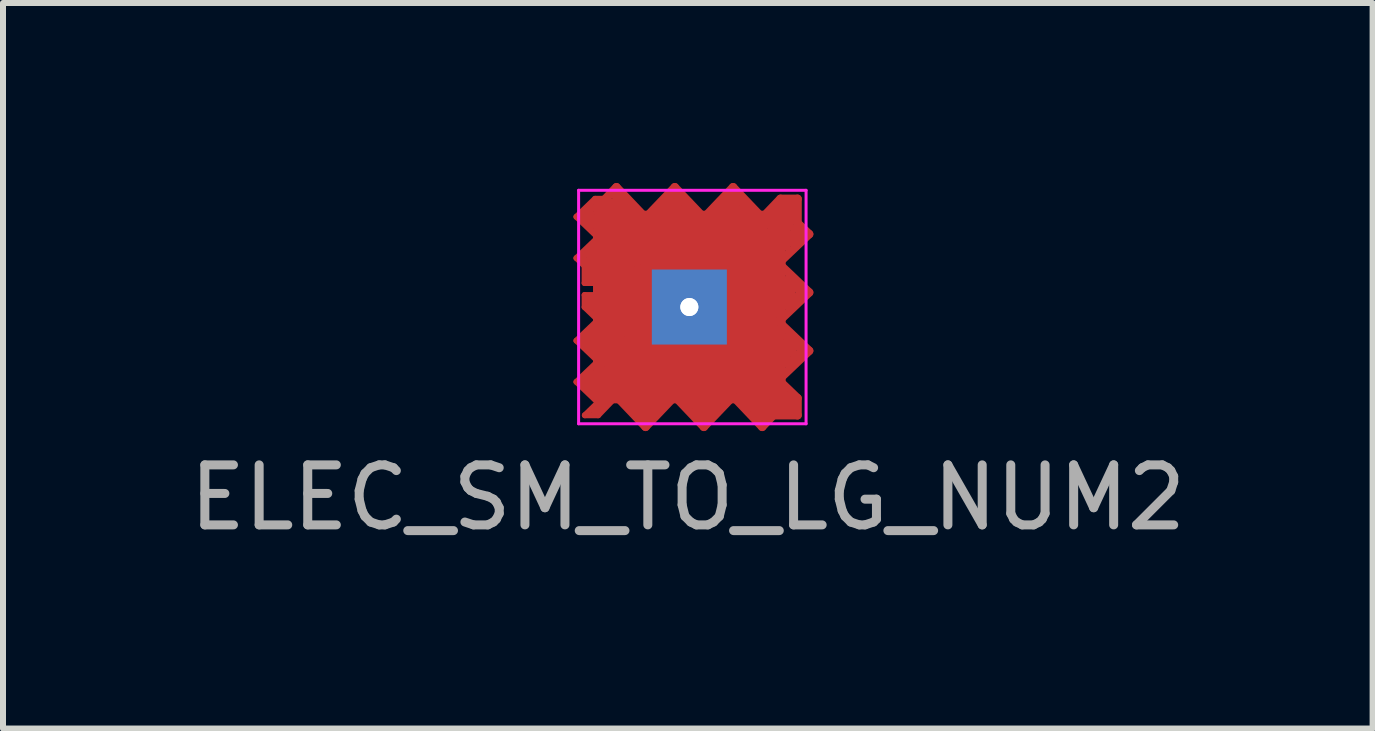
<source format=kicad_pcb>
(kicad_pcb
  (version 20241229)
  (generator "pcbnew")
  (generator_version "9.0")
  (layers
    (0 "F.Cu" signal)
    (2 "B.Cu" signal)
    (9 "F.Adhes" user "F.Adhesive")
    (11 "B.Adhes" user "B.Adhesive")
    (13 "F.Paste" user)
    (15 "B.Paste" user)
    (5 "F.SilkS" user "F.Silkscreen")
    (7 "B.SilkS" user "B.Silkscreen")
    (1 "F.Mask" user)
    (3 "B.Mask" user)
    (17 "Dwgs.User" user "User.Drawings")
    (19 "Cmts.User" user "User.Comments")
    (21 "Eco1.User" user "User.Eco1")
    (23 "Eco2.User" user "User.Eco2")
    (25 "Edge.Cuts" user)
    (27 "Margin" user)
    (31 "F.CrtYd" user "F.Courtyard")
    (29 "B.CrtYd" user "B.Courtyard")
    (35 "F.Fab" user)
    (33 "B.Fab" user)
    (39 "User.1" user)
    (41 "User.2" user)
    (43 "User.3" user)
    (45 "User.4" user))
  (footprint "ELEC_SM_TO_LG_NUM2"
    (layer "F.Cu")
    (at 8.436 2.066)
    (property "Reference" "ELEC_SM_TO_LG_NUM2" (at -0.025 3.175 0) (layer "F.Fab") (effects (font (size 1 1) (thickness 0.15))))
    (attr through_hole)
    (fp_line (start -1.881 -1.504) (end -1.571 -1.803) (stroke (width 0.1) (type solid)) (layer "F.Cu"))
    (fp_line (start -1.881 -0.816) (end -1.745 -0.686) (stroke (width 0.1) (type solid)) (layer "F.Cu"))
    (fp_line (start -1.881 -0.816) (end -1.521 -1.16) (stroke (width 0.1) (type solid)) (layer "F.Cu"))
    (fp_line (start -1.881 0.56) (end -1.521 0.216) (stroke (width 0.1) (type solid)) (layer "F.Cu"))
    (fp_line (start -1.881 1.247) (end -1.521 0.903) (stroke (width 0.1) (type solid)) (layer "F.Cu"))
    (fp_line (start -1.803 -0.813) (end -1.702 -0.762) (stroke (width 0.12) (type solid)) (layer "F.Cu"))
    (fp_line (start -1.778 -1.499) (end -1.676 -1.6) (stroke (width 0.12) (type solid)) (layer "F.Cu"))
    (fp_line (start -1.778 0.559) (end -1.651 0.457) (stroke (width 0.12) (type solid)) (layer "F.Cu"))
    (fp_line (start -1.778 1.245) (end -1.676 1.346) (stroke (width 0.12) (type solid)) (layer "F.Cu"))
    (fp_line (start -1.745 -0.686) (end -1.745 -0.4) (stroke (width 0.1) (type solid)) (layer "F.Cu"))
    (fp_line (start -1.745 -0.4) (end -1.544 -0.4) (stroke (width 0.1) (type solid)) (layer "F.Cu"))
    (fp_line (start -1.745 -0.2) (end -1.544 -0.2) (stroke (width 0.1) (type solid)) (layer "F.Cu"))
    (fp_line (start -1.745 0.001) (end -1.745 -0.2) (stroke (width 0.1) (type solid)) (layer "F.Cu"))
    (fp_line (start -1.745 0.001) (end -1.521 0.216) (stroke (width 0.1) (type solid)) (layer "F.Cu"))
    (fp_line (start -1.741 1.803) (end -1.521 1.591) (stroke (width 0.1) (type solid)) (layer "F.Cu"))
    (fp_line (start -1.741 1.803) (end -1.519 1.803) (stroke (width 0.1) (type solid)) (layer "F.Cu"))
    (fp_line (start -1.651 -1.651) (end -1.651 -1.346) (stroke (width 0.12) (type solid)) (layer "F.Cu"))
    (fp_line (start -1.651 -1.346) (end -1.778 -1.499) (stroke (width 0.12) (type solid)) (layer "F.Cu"))
    (fp_line (start -1.651 -0.991) (end -1.803 -0.813) (stroke (width 0.12) (type solid)) (layer "F.Cu"))
    (fp_line (start -1.651 -0.457) (end -1.651 -0.991) (stroke (width 0.12) (type solid)) (layer "F.Cu"))
    (fp_line (start -1.651 -0.152) (end -1.651 0.025) (stroke (width 0.12) (type solid)) (layer "F.Cu"))
    (fp_line (start -1.651 0.381) (end -1.651 0.737) (stroke (width 0.12) (type solid)) (layer "F.Cu"))
    (fp_line (start -1.651 0.737) (end -1.778 0.559) (stroke (width 0.12) (type solid)) (layer "F.Cu"))
    (fp_line (start -1.651 1.092) (end -1.778 1.245) (stroke (width 0.12) (type solid)) (layer "F.Cu"))
    (fp_line (start -1.651 1.422) (end -1.651 1.092) (stroke (width 0.12) (type solid)) (layer "F.Cu"))
    (fp_line (start -1.575 -1.651) (end -1.499 -1.753) (stroke (width 0.12) (type solid)) (layer "F.Cu"))
    (fp_line (start -1.571 -1.803) (end -1.399 -1.803) (stroke (width 0.1) (type solid)) (layer "F.Cu"))
    (fp_line (start -1.55 -1.455) (end 1.455 -1.455) (stroke (width 0.3) (type solid)) (layer "F.Cu"))
    (fp_line (start -1.521 -1.16) (end -1.881 -1.504) (stroke (width 0.1) (type solid)) (layer "F.Cu"))
    (fp_line (start -1.521 0.903) (end -1.881 0.56) (stroke (width 0.1) (type solid)) (layer "F.Cu"))
    (fp_line (start -1.521 1.591) (end -1.881 1.247) (stroke (width 0.1) (type solid)) (layer "F.Cu"))
    (fp_line (start -1.499 -1.753) (end -1.067 -1.753) (stroke (width 0.12) (type solid)) (layer "F.Cu"))
    (fp_line (start -1.455 -1.455) (end -1.455 1.455) (stroke (width 0.3) (type solid)) (layer "F.Cu"))
    (fp_line (start -1.455 1.455) (end 1.455 1.455) (stroke (width 0.3) (type solid)) (layer "F.Cu"))
    (fp_line (start -1.448 1.6) (end -1.575 1.727) (stroke (width 0.12) (type solid)) (layer "F.Cu"))
    (fp_line (start -1.219 -0.762) (end 0.787 -0.762) (stroke (width 0.5) (type solid)) (layer "F.Cu"))
    (fp_line (start -1.219 1.143) (end -1.219 -0.762) (stroke (width 0.5) (type solid)) (layer "F.Cu"))
    (fp_line (start -1.215 -1.996) (end -1.399 -1.803) (stroke (width 0.141) (type solid)) (layer "F.Cu"))
    (fp_line (start -1.215 1.486) (end -1.519 1.803) (stroke (width 0.1) (type solid)) (layer "F.Cu"))
    (fp_line (start -1.194 -1.118) (end 1.143 -1.118) (stroke (width 0.5) (type solid)) (layer "F.Cu"))
    (fp_line (start -1.067 -1.753) (end -1.245 -1.854) (stroke (width 0.12) (type solid)) (layer "F.Cu"))
    (fp_line (start -1.001 1.638) (end -0.495 1.638) (stroke (width 0.12) (type solid)) (layer "F.Cu"))
    (fp_line (start -0.94 -1.651) (end -1.575 -1.651) (stroke (width 0.12) (type solid)) (layer "F.Cu"))
    (fp_line (start -0.876 1.712) (end -0.688 1.722) (stroke (width 0.12) (type solid)) (layer "F.Cu"))
    (fp_line (start -0.838 0.762) (end -0.787 -0.457) (stroke (width 0.5) (type solid)) (layer "F.Cu"))
    (fp_line (start -0.729 1.996) (end -1.215 1.486) (stroke (width 0.141) (type solid)) (layer "F.Cu"))
    (fp_line (start -0.729 1.841) (end -0.876 1.712) (stroke (width 0.12) (type solid)) (layer "F.Cu"))
    (fp_line (start -0.729 -1.486) (end -1.214 -1.996) (stroke (width 0.141) (type solid)) (layer "F.Cu"))
    (fp_line (start -0.513 -1.646) (end 0.003 -1.646) (stroke (width 0.12) (type solid)) (layer "F.Cu"))
    (fp_line (start -0.495 1.638) (end -0.729 1.841) (stroke (width 0.12) (type solid)) (layer "F.Cu"))
    (fp_line (start -0.406 -1.74) (end -0.17 -1.75) (stroke (width 0.12) (type solid)) (layer "F.Cu"))
    (fp_line (start -0.249 -1.88) (end -0.406 -1.74) (stroke (width 0.12) (type solid)) (layer "F.Cu"))
    (fp_line (start -0.243 1.486) (end -0.729 1.996) (stroke (width 0.141) (type solid)) (layer "F.Cu"))
    (fp_line (start -0.242 -1.996) (end -0.729 -1.486) (stroke (width 0.141) (type solid)) (layer "F.Cu"))
    (fp_line (start -0.025 1.646) (end 0.48 1.648) (stroke (width 0.12) (type solid)) (layer "F.Cu"))
    (fp_line (start 0.003 -1.646) (end -0.249 -1.88) (stroke (width 0.12) (type solid)) (layer "F.Cu"))
    (fp_line (start 0.104 1.73) (end 0.287 1.714) (stroke (width 0.12) (type solid)) (layer "F.Cu"))
    (fp_line (start 0.241 1.836) (end 0.104 1.73) (stroke (width 0.12) (type solid)) (layer "F.Cu"))
    (fp_line (start 0.242 1.996) (end -0.243 1.486) (stroke (width 0.141) (type solid)) (layer "F.Cu"))
    (fp_line (start 0.243 -1.486) (end -0.242 -1.996) (stroke (width 0.141) (type solid)) (layer "F.Cu"))
    (fp_line (start 0.462 -1.643) (end 0.993 -1.643) (stroke (width 0.12) (type solid)) (layer "F.Cu"))
    (fp_line (start 0.48 1.648) (end 0.241 1.836) (stroke (width 0.12) (type solid)) (layer "F.Cu"))
    (fp_line (start 0.572 -1.732) (end 0.81 -1.745) (stroke (width 0.12) (type solid)) (layer "F.Cu"))
    (fp_line (start 0.729 1.486) (end 0.242 1.996) (stroke (width 0.141) (type solid)) (layer "F.Cu"))
    (fp_line (start 0.729 -1.862) (end 0.572 -1.732) (stroke (width 0.12) (type solid)) (layer "F.Cu"))
    (fp_line (start 0.729 -1.996) (end 0.243 -1.486) (stroke (width 0.141) (type solid)) (layer "F.Cu"))
    (fp_line (start 0.787 -0.762) (end 0.813 0.711) (stroke (width 0.5) (type solid)) (layer "F.Cu"))
    (fp_line (start 0.813 0.711) (end -0.838 0.762) (stroke (width 0.5) (type solid)) (layer "F.Cu"))
    (fp_line (start 0.968 1.643) (end 1.384 1.646) (stroke (width 0.12) (type solid)) (layer "F.Cu"))
    (fp_line (start 0.993 -1.643) (end 0.729 -1.862) (stroke (width 0.12) (type solid)) (layer "F.Cu"))
    (fp_line (start 1.069 1.714) (end 1.227 1.709) (stroke (width 0.12) (type solid)) (layer "F.Cu"))
    (fp_line (start 1.143 -1.118) (end 1.143 1.143) (stroke (width 0.5) (type solid)) (layer "F.Cu"))
    (fp_line (start 1.143 1.143) (end -1.219 1.143) (stroke (width 0.5) (type solid)) (layer "F.Cu"))
    (fp_line (start 1.214 1.996) (end 0.729 1.486) (stroke (width 0.141) (type solid)) (layer "F.Cu"))
    (fp_line (start 1.215 -1.486) (end 0.729 -1.996) (stroke (width 0.141) (type solid)) (layer "F.Cu"))
    (fp_line (start 1.219 1.834) (end 1.069 1.714) (stroke (width 0.12) (type solid)) (layer "F.Cu"))
    (fp_line (start 1.384 1.646) (end 1.219 1.834) (stroke (width 0.12) (type solid)) (layer "F.Cu"))
    (fp_line (start 1.398 1.803) (end 1.214 1.996) (stroke (width 0.141) (type solid)) (layer "F.Cu"))
    (fp_line (start 1.399 1.803) (end 1.803 1.803) (stroke (width 0.141) (type solid)) (layer "F.Cu"))
    (fp_line (start 1.4 1.692) (end 1.704 1.692) (stroke (width 0.12) (type solid)) (layer "F.Cu"))
    (fp_line (start 1.455 -1.55) (end 1.455 1.455) (stroke (width 0.3) (type solid)) (layer "F.Cu"))
    (fp_line (start 1.473 -1.615) (end 1.56 -1.697) (stroke (width 0.12) (type solid)) (layer "F.Cu"))
    (fp_line (start 1.486 -0.729) (end 1.996 -0.243) (stroke (width 0.141) (type solid)) (layer "F.Cu"))
    (fp_line (start 1.486 0.243) (end 1.996 0.729) (stroke (width 0.141) (type solid)) (layer "F.Cu"))
    (fp_line (start 1.486 1.215) (end 1.803 1.519) (stroke (width 0.141) (type solid)) (layer "F.Cu"))
    (fp_line (start 1.519 -1.803) (end 1.215 -1.486) (stroke (width 0.141) (type solid)) (layer "F.Cu"))
    (fp_line (start 1.56 -1.697) (end 1.702 -1.694) (stroke (width 0.12) (type solid)) (layer "F.Cu"))
    (fp_line (start 1.628 -1.377) (end 1.877 -1.224) (stroke (width 0.12) (type solid)) (layer "F.Cu"))
    (fp_line (start 1.628 -0.993) (end 1.628 -1.377) (stroke (width 0.12) (type solid)) (layer "F.Cu"))
    (fp_line (start 1.628 0.953) (end 1.872 0.724) (stroke (width 0.12) (type solid)) (layer "F.Cu"))
    (fp_line (start 1.628 1.463) (end 1.628 1.605) (stroke (width 0.12) (type solid)) (layer "F.Cu"))
    (fp_line (start 1.628 1.605) (end 1.443 1.6) (stroke (width 0.12) (type solid)) (layer "F.Cu"))
    (fp_line (start 1.633 0.488) (end 1.628 0.953) (stroke (width 0.12) (type solid)) (layer "F.Cu"))
    (fp_line (start 1.636 -1.613) (end 1.473 -1.615) (stroke (width 0.12) (type solid)) (layer "F.Cu"))
    (fp_line (start 1.636 -1.44) (end 1.636 -1.613) (stroke (width 0.12) (type solid)) (layer "F.Cu"))
    (fp_line (start 1.643 -0.475) (end 1.643 -0.005) (stroke (width 0.12) (type solid)) (layer "F.Cu"))
    (fp_line (start 1.643 -0.005) (end 1.857 -0.246) (stroke (width 0.12) (type solid)) (layer "F.Cu"))
    (fp_line (start 1.697 -1.074) (end 1.72 -1.229) (stroke (width 0.12) (type solid)) (layer "F.Cu"))
    (fp_line (start 1.702 -1.694) (end 1.707 -1.427) (stroke (width 0.12) (type solid)) (layer "F.Cu"))
    (fp_line (start 1.704 1.547) (end 1.628 1.463) (stroke (width 0.12) (type solid)) (layer "F.Cu"))
    (fp_line (start 1.704 1.692) (end 1.704 1.547) (stroke (width 0.12) (type solid)) (layer "F.Cu"))
    (fp_line (start 1.712 -0.384) (end 1.714 -0.175) (stroke (width 0.12) (type solid)) (layer "F.Cu"))
    (fp_line (start 1.717 0.579) (end 1.732 0.79) (stroke (width 0.12) (type solid)) (layer "F.Cu"))
    (fp_line (start 1.803 -1.803) (end 1.519 -1.803) (stroke (width 0.141) (type solid)) (layer "F.Cu"))
    (fp_line (start 1.803 -1.803) (end 1.803 -1.399) (stroke (width 0.141) (type solid)) (layer "F.Cu"))
    (fp_line (start 1.803 -1.399) (end 1.996 -1.215) (stroke (width 0.141) (type solid)) (layer "F.Cu"))
    (fp_line (start 1.803 1.803) (end 1.803 1.519) (stroke (width 0.141) (type solid)) (layer "F.Cu"))
    (fp_line (start 1.857 -0.246) (end 1.712 -0.384) (stroke (width 0.12) (type solid)) (layer "F.Cu"))
    (fp_line (start 1.872 0.724) (end 1.717 0.579) (stroke (width 0.12) (type solid)) (layer "F.Cu"))
    (fp_line (start 1.877 -1.224) (end 1.697 -1.074) (stroke (width 0.12) (type solid)) (layer "F.Cu"))
    (fp_line (start 1.996 -1.215) (end 1.486 -0.729) (stroke (width 0.141) (type solid)) (layer "F.Cu"))
    (fp_line (start 1.996 -0.243) (end 1.486 0.243) (stroke (width 0.141) (type solid)) (layer "F.Cu"))
    (fp_line (start 1.996 0.729) (end 1.486 1.215) (stroke (width 0.141) (type solid)) (layer "F.Cu"))
    (fp_line (start -1.845 -1.945) (end -1.845 1.945) (stroke (width 0.05) (type solid)) (layer "F.CrtYd"))
    (fp_line (start -1.845 -1.945) (end 1.945 -1.945) (stroke (width 0.05) (type solid)) (layer "F.CrtYd"))
    (fp_line (start -1.845 1.945) (end 1.945 1.945) (stroke (width 0.05) (type solid)) (layer "F.CrtYd"))
    (fp_line (start 1.945 -1.945) (end 1.945 1.945) (stroke (width 0.05) (type solid)) (layer "F.CrtYd"))
    (pad "1" thru_hole circle (at 0 0) (size 0.605 0.605) (drill 0.3) (layers "*.Cu" "*.Mask"))
    (pad "1" thru_hole rect (at 0 0) (size 1.25 1.25) (drill 0.3) (layers "F.Cu" "F.Mask")))
  (gr_rect
    (start -3 -3)
    (end 19.821 9.089)
    (stroke (width 0.1) (type default))
    (fill no)
    (layer "Edge.Cuts")))
</source>
